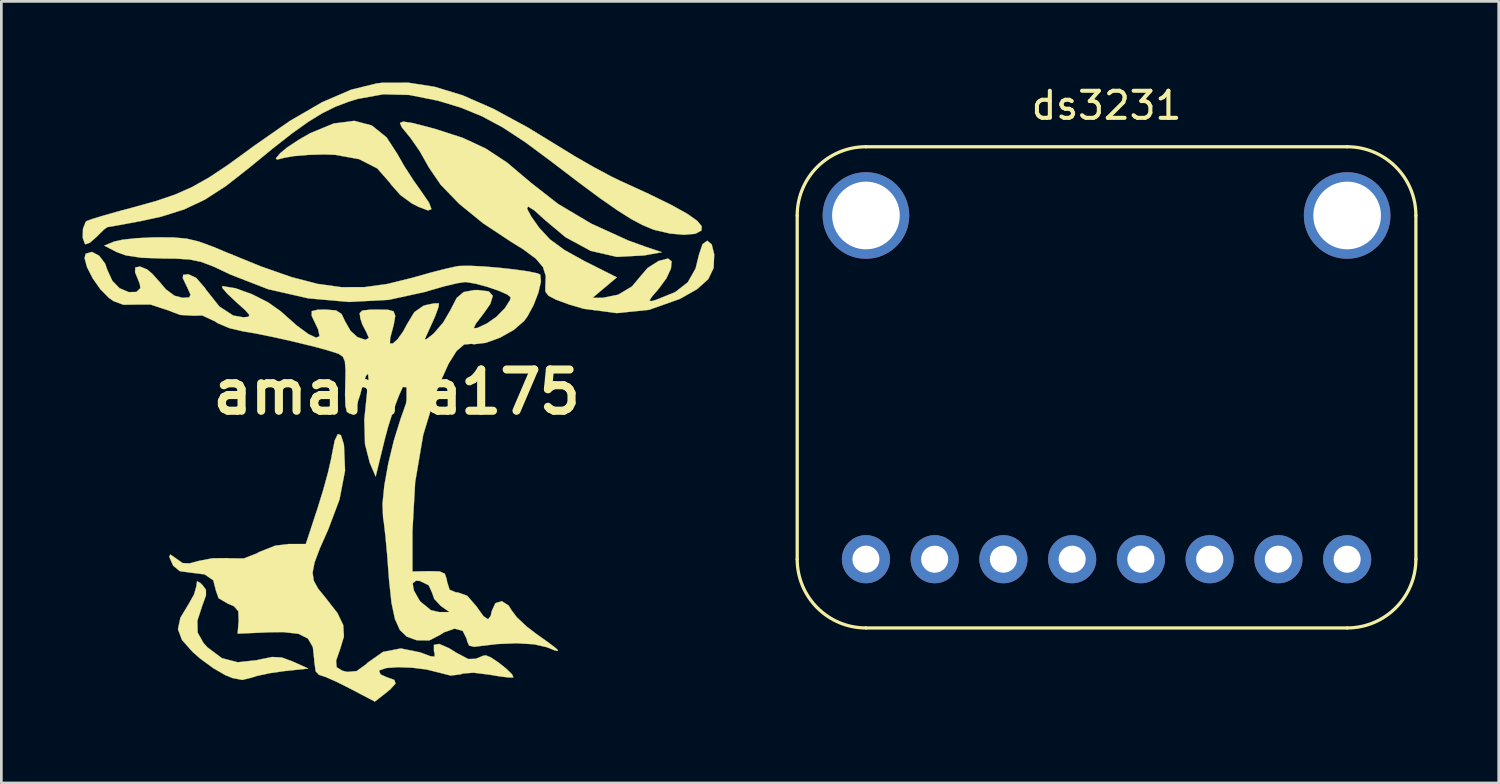
<source format=kicad_pcb>
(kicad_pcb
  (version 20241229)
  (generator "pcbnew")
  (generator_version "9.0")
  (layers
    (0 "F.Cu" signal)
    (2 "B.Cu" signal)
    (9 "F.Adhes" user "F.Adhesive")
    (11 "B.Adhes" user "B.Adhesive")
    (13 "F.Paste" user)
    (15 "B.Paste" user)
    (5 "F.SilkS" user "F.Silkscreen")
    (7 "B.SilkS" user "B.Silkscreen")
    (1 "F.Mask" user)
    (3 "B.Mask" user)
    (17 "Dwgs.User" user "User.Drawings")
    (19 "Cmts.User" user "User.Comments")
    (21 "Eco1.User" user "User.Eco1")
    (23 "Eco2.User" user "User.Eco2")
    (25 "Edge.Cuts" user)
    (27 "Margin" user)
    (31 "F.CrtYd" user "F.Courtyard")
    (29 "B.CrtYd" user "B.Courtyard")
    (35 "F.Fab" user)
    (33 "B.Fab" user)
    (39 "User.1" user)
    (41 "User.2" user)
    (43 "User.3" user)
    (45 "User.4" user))
  (footprint "ds3231"
    (layer "F.Cu")
    (at 32.755 15.58)
    (property "Reference" "ds3231" (at 5.08 -14.732 0) (layer "F.SilkS") (effects (font (size 1 1) (thickness 0.15))))
    (attr through_hole)
    (fp_line (start -6.35 -10.668) (end -6.35 2.032) (stroke (width 0.12) (type solid)) (layer "F.SilkS"))
    (fp_line (start -3.81 -13.208) (end 13.97 -13.208) (stroke (width 0.12) (type solid)) (layer "F.SilkS"))
    (fp_line (start 13.97 4.572) (end -3.81 4.572) (stroke (width 0.12) (type solid)) (layer "F.SilkS"))
    (fp_line (start 16.51 -10.668) (end 16.51 2.032) (stroke (width 0.12) (type solid)) (layer "F.SilkS"))
    (fp_arc (start -6.35 -10.668) (mid -5.606051 -12.464051) (end -3.81 -13.208) (stroke (width 0.12) (type solid)) (layer "F.SilkS"))
    (fp_arc (start -3.81 4.572) (mid -5.606051 3.828051) (end -6.35 2.032) (stroke (width 0.12) (type solid)) (layer "F.SilkS"))
    (fp_arc (start 13.97 -13.208) (mid 15.766051 -12.464051) (end 16.51 -10.668) (stroke (width 0.12) (type solid)) (layer "F.SilkS"))
    (fp_arc (start 16.51 2.032) (mid 15.766051 3.828051) (end 13.97 4.572) (stroke (width 0.12) (type solid)) (layer "F.SilkS"))
    (pad "1" thru_hole circle (at -3.81 2.032) (size 1.778 1.778) (drill 1) (layers "*.Cu" "*.Mask"))
    (pad "2" thru_hole circle (at -1.27 2.032) (size 1.778 1.778) (drill 1) (layers "*.Cu" "*.Mask"))
    (pad "3" thru_hole circle (at 1.27 2.032) (size 1.778 1.778) (drill 1) (layers "*.Cu" "*.Mask"))
    (pad "4" thru_hole circle (at 3.81 2.032) (size 1.778 1.778) (drill 1) (layers "*.Cu" "*.Mask"))
    (pad "5" thru_hole circle (at 6.35 2.032) (size 1.778 1.778) (drill 1) (layers "*.Cu" "*.Mask"))
    (pad "6" thru_hole circle (at 8.89 2.032) (size 1.778 1.778) (drill 1) (layers "*.Cu" "*.Mask"))
    (pad "7" thru_hole circle (at 11.43 2.032) (size 1.778 1.778) (drill 1) (layers "*.Cu" "*.Mask"))
    (pad "8" thru_hole circle (at 13.97 2.032) (size 1.778 1.778) (drill 1) (layers "*.Cu" "*.Mask"))
    (pad "9" thru_hole circle (at -3.81 -10.668) (size 3.2 3.2) (drill 2.5) (layers "*.Cu" "*.Mask"))
    (pad "10" thru_hole circle (at 13.97 -10.668) (size 3.2 3.2) (drill 2.5) (layers "*.Cu" "*.Mask")))
  (footprint "amanita175"
    (layer "F.Cu")
    (at 11.608 11.437)
    (property "Reference" "amanita175" (at 0 0 0) (layer "F.SilkS") (effects (font (size 1.524 1.524) (thickness 0.3))))
    (attr through_hole)
    (fp_poly (pts (xy -0.919 -9.851) (xy -0.374 -9.411) (xy 0.02 -8.804) (xy 0.279 -8.35) (xy 0.629 -7.809) (xy 0.892 -7.439) (xy 1.193 -7) (xy 1.284 -6.76) (xy 1.159 -6.71) (xy 0.813 -6.841) (xy 0.562 -6.968) (xy 0.135 -7.28) (xy -0.218 -7.679) (xy -0.252 -7.733) (xy -0.72 -8.264) (xy -1.392 -8.607) (xy -2.279 -8.767) (xy -2.685 -8.781) (xy -3.27 -8.764) (xy -3.799 -8.719) (xy -4.133 -8.661) (xy -4.421 -8.59) (xy -4.467 -8.634) (xy -4.306 -8.827) (xy -4.043 -9.044) (xy -3.619 -9.324) (xy -3.201 -9.564) (xy -2.329 -9.926) (xy -1.57 -10.022) (xy -0.919 -9.851)) (stroke (width 0.01) (type solid)) (fill yes) (layer "F.SilkS"))
    (fp_poly (pts (xy -7.259 7.05) (xy -7.181 7.126) (xy -7.049 7.302) (xy -7.047 7.51) (xy -7.174 7.863) (xy -7.181 7.878) (xy -7.366 8.45) (xy -7.355 8.886) (xy -7.138 9.273) (xy -6.985 9.438) (xy -6.459 9.831) (xy -5.875 9.982) (xy -5.166 9.905) (xy -5.074 9.882) (xy -4.603 9.787) (xy -4.247 9.806) (xy -3.854 9.949) (xy -3.827 9.961) (xy -3.266 10.215) (xy -4.137 10.307) (xy -4.678 10.384) (xy -5.155 10.485) (xy -5.383 10.557) (xy -5.706 10.635) (xy -6.067 10.566) (xy -6.337 10.456) (xy -6.778 10.202) (xy -7.274 9.837) (xy -7.539 9.604) (xy -7.934 9.159) (xy -8.083 8.762) (xy -7.992 8.336) (xy -7.683 7.824) (xy -7.486 7.472) (xy -7.402 7.171) (xy -7.402 7.167) (xy -7.378 6.99) (xy -7.259 7.05)) (stroke (width 0.01) (type solid)) (fill yes) (layer "F.SilkS"))
    (fp_poly (pts (xy 1.4 -11.281) (xy 2.439 -10.964) (xy 3.575 -10.466) (xy 4.845 -9.777) (xy 5.878 -9.144) (xy 6.564 -8.724) (xy 7.275 -8.315) (xy 7.913 -7.974) (xy 8.268 -7.802) (xy 9.336 -7.313) (xy 10.15 -6.913) (xy 10.731 -6.591) (xy 11.097 -6.334) (xy 11.267 -6.132) (xy 11.261 -5.972) (xy 11.261 -5.971) (xy 11.035 -5.849) (xy 10.616 -5.812) (xy 10.092 -5.859) (xy 9.546 -5.986) (xy 9.448 -6.018) (xy 9.078 -6.173) (xy 8.654 -6.4) (xy 8.142 -6.724) (xy 7.509 -7.166) (xy 6.721 -7.749) (xy 5.744 -8.495) (xy 5.733 -8.503) (xy 4.76 -9.226) (xy 3.92 -9.777) (xy 3.145 -10.193) (xy 2.366 -10.512) (xy 1.534 -10.764) (xy 0.458 -10.979) (xy -0.499 -11.003) (xy -1.434 -10.834) (xy -1.783 -10.727) (xy -2.269 -10.542) (xy -2.748 -10.305) (xy -3.265 -9.988) (xy -3.865 -9.56) (xy -4.591 -8.992) (xy -5.429 -8.305) (xy -6.307 -7.616) (xy -7.09 -7.11) (xy -7.862 -6.746) (xy -8.709 -6.48) (xy -9.435 -6.322) (xy -9.988 -6.219) (xy -10.421 -6.14) (xy -10.664 -6.099) (xy -10.691 -6.096) (xy -10.822 -6.001) (xy -11.058 -5.768) (xy -11.089 -5.736) (xy -11.337 -5.519) (xy -11.505 -5.461) (xy -11.517 -5.469) (xy -11.603 -5.708) (xy -11.592 -6.036) (xy -11.493 -6.288) (xy -11.458 -6.319) (xy -11.263 -6.392) (xy -10.849 -6.518) (xy -10.281 -6.679) (xy -9.703 -6.834) (xy -8.872 -7.066) (xy -8.181 -7.302) (xy -7.559 -7.578) (xy -6.934 -7.93) (xy -6.236 -8.394) (xy -5.394 -9.006) (xy -5.298 -9.078) (xy -3.955 -10.015) (xy -2.755 -10.711) (xy -1.683 -11.173) (xy -0.73 -11.407) (xy -0.526 -11.429) (xy 0.424 -11.432) (xy 1.4 -11.281)) (stroke (width 0.01) (type solid)) (fill yes) (layer "F.SilkS"))
    (fp_poly (pts (xy 0.565 -9.946) (xy 1.128 -9.803) (xy 1.431 -9.72) (xy 2.441 -9.394) (xy 3.287 -9.001) (xy 4.076 -8.482) (xy 4.911 -7.777) (xy 4.938 -7.752) (xy 5.961 -6.953) (xy 7.192 -6.222) (xy 8.553 -5.602) (xy 9.217 -5.362) (xy 9.797 -5.169) (xy 9.144 -5.049) (xy 8.133 -4.996) (xy 7.167 -5.218) (xy 6.235 -5.723) (xy 5.479 -6.357) (xy 5.077 -6.719) (xy 4.854 -6.856) (xy 4.816 -6.776) (xy 4.97 -6.488) (xy 5.265 -6.071) (xy 5.659 -5.646) (xy 6.193 -5.253) (xy 6.937 -4.841) (xy 8.133 -4.239) (xy 7.684 -3.861) (xy 7.235 -3.483) (xy 7.616 -3.483) (xy 8.185 -3.6) (xy 8.693 -3.904) (xy 8.984 -4.253) (xy 9.272 -4.588) (xy 9.676 -4.845) (xy 10.022 -4.935) (xy 10.158 -4.832) (xy 10.133 -4.568) (xy 9.967 -4.207) (xy 9.692 -3.831) (xy 9.423 -3.517) (xy 9.336 -3.376) (xy 9.421 -3.363) (xy 9.583 -3.409) (xy 10.288 -3.693) (xy 10.757 -4.06) (xy 11.042 -4.566) (xy 11.169 -5.08) (xy 11.298 -5.466) (xy 11.473 -5.593) (xy 11.638 -5.46) (xy 11.731 -5.091) (xy 11.709 -4.586) (xy 11.511 -4.172) (xy 11.099 -3.803) (xy 10.463 -3.443) (xy 9.325 -3.04) (xy 8.133 -2.918) (xy 6.912 -3.077) (xy 6.386 -3.231) (xy 5.885 -3.415) (xy 5.607 -3.561) (xy 5.494 -3.709) (xy 5.491 -3.897) (xy 5.507 -4.293) (xy 5.403 -4.62) (xy 5.14 -4.929) (xy 4.679 -5.272) (xy 4.223 -5.554) (xy 3.192 -6.236) (xy 2.313 -6.951) (xy 1.625 -7.66) (xy 1.171 -8.326) (xy 1.148 -8.372) (xy 0.858 -8.888) (xy 0.515 -9.384) (xy 0.397 -9.528) (xy 0.183 -9.791) (xy 0.121 -9.945) (xy 0.238 -9.994) (xy 0.565 -9.946)) (stroke (width 0.01) (type solid)) (fill yes) (layer "F.SilkS"))
    (fp_poly (pts (xy -2.063 1.59) (xy -1.959 1.912) (xy -1.948 1.969) (xy -1.909 2.904) (xy -2.113 3.967) (xy -2.525 5.064) (xy -2.842 5.779) (xy -3.036 6.295) (xy -3.109 6.674) (xy -3.062 6.977) (xy -2.899 7.269) (xy -2.621 7.61) (xy -2.614 7.619) (xy -2.19 8.164) (xy -1.976 8.609) (xy -1.951 9.032) (xy -2.093 9.502) (xy -2.241 9.925) (xy -2.219 10.167) (xy -2.006 10.296) (xy -1.823 10.339) (xy -1.479 10.308) (xy -1.123 10.049) (xy -1.07 9.995) (xy -0.507 9.6) (xy 0.15 9.472) (xy 0.87 9.618) (xy 0.888 9.625) (xy 1.245 9.758) (xy 1.397 9.774) (xy 1.404 9.666) (xy 1.376 9.57) (xy 1.375 9.34) (xy 1.569 9.305) (xy 1.937 9.464) (xy 2.211 9.635) (xy 2.644 9.863) (xy 2.921 9.855) (xy 3.2 9.74) (xy 3.291 9.727) (xy 3.48 9.803) (xy 3.761 9.991) (xy 4.05 10.221) (xy 4.261 10.428) (xy 4.312 10.541) (xy 4.152 10.546) (xy 3.794 10.503) (xy 3.436 10.443) (xy 2.836 10.368) (xy 2.439 10.399) (xy 2.369 10.427) (xy 1.999 10.475) (xy 1.552 10.362) (xy 1.104 10.25) (xy 0.575 10.184) (xy 0.052 10.164) (xy -0.379 10.195) (xy -0.629 10.277) (xy -0.651 10.301) (xy -0.596 10.433) (xy -0.369 10.534) (xy -0.087 10.635) (xy -0.043 10.769) (xy -0.24 10.985) (xy -0.412 11.125) (xy -0.808 11.436) (xy -1.746 10.944) (xy -2.231 10.702) (xy -2.628 10.526) (xy -2.857 10.452) (xy -2.867 10.451) (xy -2.995 10.316) (xy -3.048 9.942) (xy -3.048 9.892) (xy -3.099 9.42) (xy -3.279 9.108) (xy -3.63 8.932) (xy -4.193 8.868) (xy -4.744 8.876) (xy -5.878 8.926) (xy -5.84 8.448) (xy -5.852 8.1) (xy -6.012 7.913) (xy -6.24 7.816) (xy -6.581 7.617) (xy -6.677 7.345) (xy -6.778 6.954) (xy -7.096 6.736) (xy -7.571 6.677) (xy -8.013 6.617) (xy -8.255 6.419) (xy -8.268 6.396) (xy -8.404 6.086) (xy -8.366 6) (xy -8.155 6.144) (xy -8.137 6.16) (xy -7.909 6.317) (xy -7.653 6.33) (xy -7.322 6.239) (xy -6.81 6.141) (xy -6.258 6.135) (xy -6.19 6.142) (xy -5.65 6.146) (xy -5.175 5.963) (xy -5.098 5.917) (xy -4.491 5.675) (xy -3.982 5.612) (xy -3.359 5.612) (xy -2.925 4.294) (xy -2.718 3.623) (xy -2.538 2.968) (xy -2.416 2.435) (xy -2.39 2.284) (xy -2.289 1.784) (xy -2.176 1.55) (xy -2.063 1.59)) (stroke (width 0.01) (type solid)) (fill yes) (layer "F.SilkS"))
    (fp_poly (pts (xy -8.239 -5.714) (xy -7.761 -5.67) (xy -7.311 -5.562) (xy -6.781 -5.369) (xy -6.314 -5.173) (xy -5.004 -4.639) (xy -3.889 -4.249) (xy -2.918 -3.997) (xy -2.036 -3.876) (xy -1.193 -3.878) (xy -0.336 -3.997) (xy 0.587 -4.226) (xy 0.653 -4.245) (xy 1.271 -4.419) (xy 1.821 -4.56) (xy 2.216 -4.646) (xy 2.322 -4.661) (xy 2.696 -4.667) (xy 3.213 -4.642) (xy 3.798 -4.593) (xy 4.375 -4.529) (xy 4.869 -4.458) (xy 5.204 -4.387) (xy 5.306 -4.34) (xy 5.329 -4.082) (xy 5.234 -3.672) (xy 5.054 -3.208) (xy 4.824 -2.784) (xy 4.709 -2.63) (xy 4.325 -2.296) (xy 3.818 -2.011) (xy 3.292 -1.82) (xy 2.85 -1.768) (xy 2.762 -1.783) (xy 2.489 -1.758) (xy 2.214 -1.522) (xy 1.92 -1.055) (xy 1.592 -0.333) (xy 1.46 0.000024) (xy 0.979 1.581) (xy 0.682 3.324) (xy 0.581 5.148) (xy 0.581 6.629) (xy 1.197 6.617) (xy 1.588 6.626) (xy 1.777 6.71) (xy 1.849 6.918) (xy 1.86 7.003) (xy 1.954 7.303) (xy 2.19 7.4) (xy 2.258 7.402) (xy 2.605 7.526) (xy 2.938 7.908) (xy 3.205 8.279) (xy 3.375 8.395) (xy 3.475 8.265) (xy 3.51 8.093) (xy 3.648 7.797) (xy 3.887 7.727) (xy 4.136 7.888) (xy 4.23 8.043) (xy 4.437 8.32) (xy 4.806 8.666) (xy 5.175 8.948) (xy 5.571 9.228) (xy 5.851 9.439) (xy 5.951 9.531) (xy 5.938 9.567) (xy 5.839 9.543) (xy 5.566 9.436) (xy 5.532 9.422) (xy 5.068 9.318) (xy 4.422 9.28) (xy 3.699 9.31) (xy 3.241 9.366) (xy 2.858 9.412) (xy 2.672 9.365) (xy 2.6 9.194) (xy 2.588 9.123) (xy 2.438 8.823) (xy 2.138 8.739) (xy 1.738 8.881) (xy 1.603 8.971) (xy 1.204 9.175) (xy 0.759 9.17) (xy 0.713 9.161) (xy 0.372 9.036) (xy 0.118 8.792) (xy -0.064 8.39) (xy -0.193 7.789) (xy -0.27 7.068) (xy 0.588 7.068) (xy 0.632 7.327) (xy 0.83 7.677) (xy 0.881 7.746) (xy 1.264 8.058) (xy 1.567 8.128) (xy 1.951 8.128) (xy 1.629 7.902) (xy 1.386 7.641) (xy 1.306 7.41) (xy 1.179 7.135) (xy 0.858 6.98) (xy 0.714 6.967) (xy 0.588 7.068) (xy -0.27 7.068) (xy -0.283 6.95) (xy -0.303 6.677) (xy -0.356 5.979) (xy -0.416 5.336) (xy -0.473 4.836) (xy -0.504 4.636) (xy -0.526 4.139) (xy -0.457 3.448) (xy -0.312 2.639) (xy -0.106 1.79) (xy 0.147 0.976) (xy 0.21 0.804) (xy 0.395 0.271) (xy 0.527 -0.191) (xy 0.579 -0.484) (xy 0.579 -0.489) (xy 0.537 -0.64) (xy 0.427 -0.558) (xy 0.267 -0.284) (xy 0.078 0.138) (xy -0.121 0.666) (xy -0.31 1.256) (xy -0.441 1.742) (xy -0.777 3.121) (xy -0.995 2.613) (xy -1.172 1.923) (xy -1.198 1.014) (xy -1.094 0) (xy -1.041 -0.476) (xy -1.058 -0.677) (xy -1.132 -0.608) (xy -1.252 -0.273) (xy -1.35 0.092) (xy -1.5 0.542) (xy -1.667 0.777) (xy -1.73 0.798) (xy -1.838 0.736) (xy -1.895 0.515) (xy -1.909 0.084) (xy -1.902 -0.254) (xy -1.891 -0.802) (xy -1.915 -1.13) (xy -1.991 -1.308) (xy -2.138 -1.407) (xy -2.204 -1.433) (xy -2.593 -1.556) (xy -3.179 -1.711) (xy -3.871 -1.879) (xy -4.583 -2.038) (xy -5.223 -2.168) (xy -5.687 -2.246) (xy -6.184 -2.363) (xy -6.616 -2.547) (xy -6.725 -2.619) (xy -7.185 -2.831) (xy -7.497 -2.822) (xy -7.999 -2.851) (xy -8.451 -3.023) (xy -9.097 -3.234) (xy -9.612 -3.234) (xy -10.1 -3.227) (xy -10.468 -3.364) (xy -10.636 -3.483) (xy -10.952 -3.803) (xy -11.235 -4.207) (xy -11.443 -4.616) (xy -11.533 -4.951) (xy -11.494 -5.111) (xy -11.259 -5.179) (xy -10.992 -5.037) (xy -10.771 -4.744) (xy -10.692 -4.511) (xy -10.507 -4.111) (xy -10.239 -3.837) (xy -9.899 -3.693) (xy -9.617 -3.7) (xy -9.473 -3.839) (xy -9.492 -3.993) (xy -9.629 -4.333) (xy -9.668 -4.427) (xy -9.659 -4.605) (xy -9.485 -4.639) (xy -9.228 -4.535) (xy -9.035 -4.376) (xy -8.738 -4.044) (xy -8.529 -3.796) (xy -8.208 -3.559) (xy -7.908 -3.483) (xy -7.667 -3.499) (xy -7.619 -3.599) (xy -7.737 -3.864) (xy -7.765 -3.919) (xy -7.904 -4.213) (xy -7.89 -4.332) (xy -7.711 -4.354) (xy -7.698 -4.354) (xy -7.412 -4.223) (xy -7.094 -3.858) (xy -7.047 -3.786) (xy -6.553 -3.163) (xy -6.039 -2.828) (xy -5.665 -2.764) (xy -5.478 -2.781) (xy -5.446 -2.852) (xy -5.592 -3.021) (xy -5.937 -3.332) (xy -5.951 -3.344) (xy -6.268 -3.643) (xy -6.445 -3.851) (xy -6.449 -3.918) (xy -5.954 -3.836) (xy -5.352 -3.619) (xy -4.756 -3.318) (xy -4.285 -2.986) (xy -4.252 -2.955) (xy -3.695 -2.461) (xy -3.264 -2.144) (xy -2.977 -2.01) (xy -2.851 -2.066) (xy -2.905 -2.32) (xy -2.972 -2.46) (xy -3.143 -2.819) (xy -3.139 -2.991) (xy -2.918 -3.044) (xy -2.627 -3.048) (xy -2.242 -3.018) (xy -2.036 -2.887) (xy -1.913 -2.624) (xy -1.705 -2.261) (xy -1.45 -2.031) (xy -1.156 -1.931) (xy -1.03 -2) (xy -1.119 -2.21) (xy -1.271 -2.499) (xy -1.344 -2.721) (xy -1.369 -2.916) (xy -1.274 -3.012) (xy -0.994 -3.045) (xy -0.709 -3.048) (xy -0.327 -3.042) (xy -0.117 -2.986) (xy -0.054 -2.819) (xy -0.111 -2.483) (xy -0.241 -1.997) (xy -0.251 -1.795) (xy -0.143 -1.796) (xy 0.037 -1.959) (xy 0.243 -2.249) (xy 0.378 -2.503) (xy 0.651 -2.954) (xy 0.981 -3.185) (xy 1.081 -3.217) (xy 1.398 -3.28) (xy 1.561 -3.277) (xy 1.561 -3.277) (xy 1.539 -3.126) (xy 1.422 -2.809) (xy 1.359 -2.665) (xy 1.185 -2.281) (xy 1.061 -2.006) (xy 1.04 -1.959) (xy 1.09 -1.95) (xy 1.293 -2.103) (xy 1.378 -2.177) (xy 1.719 -2.574) (xy 1.988 -3.033) (xy 1.994 -3.048) (xy 2.217 -3.48) (xy 2.473 -3.697) (xy 2.858 -3.768) (xy 3.003 -3.771) (xy 3.401 -3.722) (xy 3.551 -3.556) (xy 3.458 -3.255) (xy 3.202 -2.892) (xy 2.924 -2.528) (xy 2.847 -2.361) (xy 2.98 -2.37) (xy 3.329 -2.535) (xy 3.337 -2.539) (xy 3.687 -2.784) (xy 3.999 -3.103) (xy 4.187 -3.402) (xy 4.209 -3.502) (xy 4.083 -3.607) (xy 3.765 -3.746) (xy 3.346 -3.889) (xy 2.919 -4.004) (xy 2.573 -4.062) (xy 2.52 -4.064) (xy 2.228 -4.021) (xy 1.753 -3.907) (xy 1.187 -3.744) (xy 1.058 -3.703) (xy -0.296 -3.408) (xy -1.763 -3.33) (xy -3.273 -3.464) (xy -4.756 -3.803) (xy -6.141 -4.341) (xy -6.18 -4.36) (xy -6.774 -4.641) (xy -7.227 -4.811) (xy -7.653 -4.899) (xy -8.169 -4.931) (xy -8.618 -4.935) (xy -9.431 -4.963) (xy -10.01 -5.051) (xy -10.345 -5.173) (xy -10.807 -5.412) (xy -10.447 -5.56) (xy -10.137 -5.63) (xy -9.631 -5.685) (xy -9.026 -5.716) (xy -8.854 -5.719) (xy -8.239 -5.714)) (stroke (width 0.01) (type solid)) (fill yes) (layer "F.SilkS")))
  (gr_rect
    (start -3 -3)
    (end 52.325 25.878)
    (stroke (width 0.1) (type default))
    (fill no)
    (layer "Edge.Cuts")))
</source>
